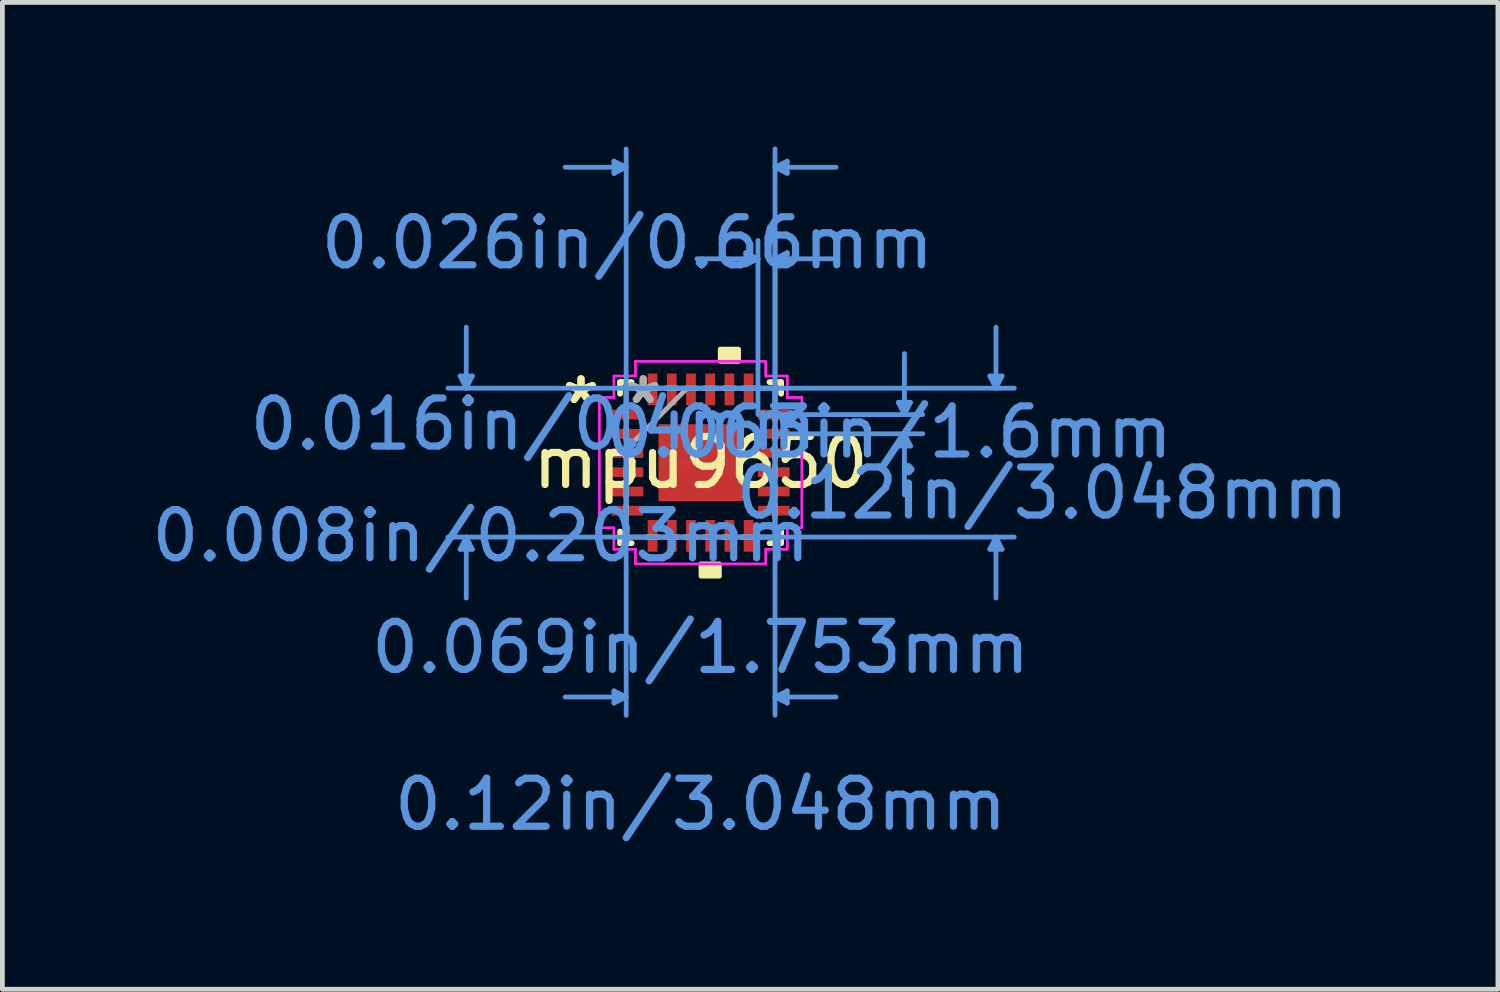
<source format=kicad_pcb>
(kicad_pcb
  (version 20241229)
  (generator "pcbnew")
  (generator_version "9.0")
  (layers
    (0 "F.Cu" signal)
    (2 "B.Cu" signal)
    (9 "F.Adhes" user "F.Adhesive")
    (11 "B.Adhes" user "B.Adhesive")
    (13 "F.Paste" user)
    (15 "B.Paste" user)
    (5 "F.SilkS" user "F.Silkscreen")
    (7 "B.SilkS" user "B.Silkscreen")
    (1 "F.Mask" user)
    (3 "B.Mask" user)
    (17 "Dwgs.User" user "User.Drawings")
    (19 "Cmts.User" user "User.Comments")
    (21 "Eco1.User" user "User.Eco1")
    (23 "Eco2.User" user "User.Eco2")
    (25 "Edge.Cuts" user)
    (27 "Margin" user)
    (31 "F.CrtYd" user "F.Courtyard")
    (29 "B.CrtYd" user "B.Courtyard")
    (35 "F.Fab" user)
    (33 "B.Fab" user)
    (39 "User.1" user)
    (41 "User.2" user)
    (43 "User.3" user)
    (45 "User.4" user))
  (footprint "mpu9650"
    (layer "F.Cu")
    (at 11.53 6.578)
    (property "Reference" "mpu9650" (at 0 0 0) (layer "F.SilkS") (effects (font (size 1 1) (thickness 0.15))))
    (attr through_hole)
    (fp_line (start -1.676 -1.676) (end -1.676 -1.434) (stroke (width 0.12) (type solid)) (layer "F.SilkS"))
    (fp_line (start -1.676 1.434) (end -1.676 1.676) (stroke (width 0.12) (type solid)) (layer "F.SilkS"))
    (fp_line (start -1.676 1.676) (end -1.434 1.676) (stroke (width 0.12) (type solid)) (layer "F.SilkS"))
    (fp_line (start -1.434 -1.676) (end -1.676 -1.676) (stroke (width 0.12) (type solid)) (layer "F.SilkS"))
    (fp_line (start 1.434 1.676) (end 1.676 1.676) (stroke (width 0.12) (type solid)) (layer "F.SilkS"))
    (fp_line (start 1.676 -1.676) (end 1.434 -1.676) (stroke (width 0.12) (type solid)) (layer "F.SilkS"))
    (fp_line (start 1.676 -1.434) (end 1.676 -1.676) (stroke (width 0.12) (type solid)) (layer "F.SilkS"))
    (fp_line (start 1.676 1.676) (end 1.676 1.434) (stroke (width 0.12) (type solid)) (layer "F.SilkS"))
    (fp_poly (pts (xy 0.009 2.108) (xy 0.009 2.362) (xy 0.391 2.362) (xy 0.391 2.108)) (stroke (width 0.1) (type solid)) (fill yes) (layer "F.SilkS"))
    (fp_poly (pts (xy 0.409 -2.108) (xy 0.409 -2.362) (xy 0.79 -2.362) (xy 0.79 -2.108)) (stroke (width 0.1) (type solid)) (fill yes) (layer "F.SilkS"))
    (fp_line (start -5.004 -1.803) (end -4.75 -1.803) (stroke (width 0.1) (type solid)) (layer "Cmts.User"))
    (fp_line (start -5.004 1.803) (end -4.75 1.803) (stroke (width 0.1) (type solid)) (layer "Cmts.User"))
    (fp_line (start -4.877 -1.549) (end -5.004 -1.803) (stroke (width 0.1) (type solid)) (layer "Cmts.User"))
    (fp_line (start -4.877 -1.549) (end -4.877 -2.819) (stroke (width 0.1) (type solid)) (layer "Cmts.User"))
    (fp_line (start -4.877 -1.549) (end -4.75 -1.803) (stroke (width 0.1) (type solid)) (layer "Cmts.User"))
    (fp_line (start -4.877 1.549) (end -5.004 1.803) (stroke (width 0.1) (type solid)) (layer "Cmts.User"))
    (fp_line (start -4.877 1.549) (end -4.877 2.819) (stroke (width 0.1) (type solid)) (layer "Cmts.User"))
    (fp_line (start -4.877 1.549) (end -4.75 1.803) (stroke (width 0.1) (type solid)) (layer "Cmts.User"))
    (fp_line (start -1.803 -6.274) (end -1.803 -6.02) (stroke (width 0.1) (type solid)) (layer "Cmts.User"))
    (fp_line (start -1.803 4.75) (end -1.803 5.004) (stroke (width 0.1) (type solid)) (layer "Cmts.User"))
    (fp_line (start -1.549 -6.147) (end -2.819 -6.147) (stroke (width 0.1) (type solid)) (layer "Cmts.User"))
    (fp_line (start -1.549 -6.147) (end -1.803 -6.274) (stroke (width 0.1) (type solid)) (layer "Cmts.User"))
    (fp_line (start -1.549 -6.147) (end -1.803 -6.02) (stroke (width 0.1) (type solid)) (layer "Cmts.User"))
    (fp_line (start -1.549 -1.549) (end -1.549 5.258) (stroke (width 0.1) (type solid)) (layer "Cmts.User"))
    (fp_line (start -1.549 -1) (end -1.549 -6.528) (stroke (width 0.1) (type solid)) (layer "Cmts.User"))
    (fp_line (start -1.549 4.877) (end -2.819 4.877) (stroke (width 0.1) (type solid)) (layer "Cmts.User"))
    (fp_line (start -1.549 4.877) (end -1.803 4.75) (stroke (width 0.1) (type solid)) (layer "Cmts.User"))
    (fp_line (start -1.549 4.877) (end -1.803 5.004) (stroke (width 0.1) (type solid)) (layer "Cmts.User"))
    (fp_line (start 0.94 -4.369) (end 0.94 -4.115) (stroke (width 0.1) (type solid)) (layer "Cmts.User"))
    (fp_line (start 1 -1.549) (end 6.528 -1.549) (stroke (width 0.1) (type solid)) (layer "Cmts.User"))
    (fp_line (start 1 1.549) (end 6.528 1.549) (stroke (width 0.1) (type solid)) (layer "Cmts.User"))
    (fp_line (start 1.194 -4.242) (end -0.076 -4.242) (stroke (width 0.1) (type solid)) (layer "Cmts.User"))
    (fp_line (start 1.194 -4.242) (end 0.94 -4.369) (stroke (width 0.1) (type solid)) (layer "Cmts.User"))
    (fp_line (start 1.194 -4.242) (end 0.94 -4.115) (stroke (width 0.1) (type solid)) (layer "Cmts.User"))
    (fp_line (start 1.194 -1) (end 1.194 -4.623) (stroke (width 0.1) (type solid)) (layer "Cmts.User"))
    (fp_line (start 1.524 -1) (end 4.623 -1) (stroke (width 0.1) (type solid)) (layer "Cmts.User"))
    (fp_line (start 1.524 -0.6) (end 4.623 -0.6) (stroke (width 0.1) (type solid)) (layer "Cmts.User"))
    (fp_line (start 1.549 -6.147) (end 1.803 -6.274) (stroke (width 0.1) (type solid)) (layer "Cmts.User"))
    (fp_line (start 1.549 -6.147) (end 1.803 -6.02) (stroke (width 0.1) (type solid)) (layer "Cmts.User"))
    (fp_line (start 1.549 -6.147) (end 2.819 -6.147) (stroke (width 0.1) (type solid)) (layer "Cmts.User"))
    (fp_line (start 1.549 -4.242) (end 1.803 -4.369) (stroke (width 0.1) (type solid)) (layer "Cmts.User"))
    (fp_line (start 1.549 -4.242) (end 1.803 -4.115) (stroke (width 0.1) (type solid)) (layer "Cmts.User"))
    (fp_line (start 1.549 -4.242) (end 2.819 -4.242) (stroke (width 0.1) (type solid)) (layer "Cmts.User"))
    (fp_line (start 1.549 -1.549) (end -5.258 -1.549) (stroke (width 0.1) (type solid)) (layer "Cmts.User"))
    (fp_line (start 1.549 -1.549) (end 1.549 5.258) (stroke (width 0.1) (type solid)) (layer "Cmts.User"))
    (fp_line (start 1.549 -1) (end 1.549 -6.528) (stroke (width 0.1) (type solid)) (layer "Cmts.User"))
    (fp_line (start 1.549 -1) (end 1.549 -4.623) (stroke (width 0.1) (type solid)) (layer "Cmts.User"))
    (fp_line (start 1.549 1.549) (end -5.258 1.549) (stroke (width 0.1) (type solid)) (layer "Cmts.User"))
    (fp_line (start 1.549 4.877) (end 1.803 4.75) (stroke (width 0.1) (type solid)) (layer "Cmts.User"))
    (fp_line (start 1.549 4.877) (end 1.803 5.004) (stroke (width 0.1) (type solid)) (layer "Cmts.User"))
    (fp_line (start 1.549 4.877) (end 2.819 4.877) (stroke (width 0.1) (type solid)) (layer "Cmts.User"))
    (fp_line (start 1.803 -6.274) (end 1.803 -6.02) (stroke (width 0.1) (type solid)) (layer "Cmts.User"))
    (fp_line (start 1.803 -4.369) (end 1.803 -4.115) (stroke (width 0.1) (type solid)) (layer "Cmts.User"))
    (fp_line (start 1.803 4.75) (end 1.803 5.004) (stroke (width 0.1) (type solid)) (layer "Cmts.User"))
    (fp_line (start 4.115 -1.254) (end 4.369 -1.254) (stroke (width 0.1) (type solid)) (layer "Cmts.User"))
    (fp_line (start 4.115 -0.346) (end 4.369 -0.346) (stroke (width 0.1) (type solid)) (layer "Cmts.User"))
    (fp_line (start 4.242 -1) (end 4.115 -1.254) (stroke (width 0.1) (type solid)) (layer "Cmts.User"))
    (fp_line (start 4.242 -1) (end 4.242 -2.27) (stroke (width 0.1) (type solid)) (layer "Cmts.User"))
    (fp_line (start 4.242 -1) (end 4.369 -1.254) (stroke (width 0.1) (type solid)) (layer "Cmts.User"))
    (fp_line (start 4.242 -0.6) (end 4.115 -0.346) (stroke (width 0.1) (type solid)) (layer "Cmts.User"))
    (fp_line (start 4.242 -0.6) (end 4.242 0.67) (stroke (width 0.1) (type solid)) (layer "Cmts.User"))
    (fp_line (start 4.242 -0.6) (end 4.369 -0.346) (stroke (width 0.1) (type solid)) (layer "Cmts.User"))
    (fp_line (start 6.02 -1.803) (end 6.274 -1.803) (stroke (width 0.1) (type solid)) (layer "Cmts.User"))
    (fp_line (start 6.02 1.803) (end 6.274 1.803) (stroke (width 0.1) (type solid)) (layer "Cmts.User"))
    (fp_line (start 6.147 -1.549) (end 6.02 -1.803) (stroke (width 0.1) (type solid)) (layer "Cmts.User"))
    (fp_line (start 6.147 -1.549) (end 6.147 -2.819) (stroke (width 0.1) (type solid)) (layer "Cmts.User"))
    (fp_line (start 6.147 -1.549) (end 6.274 -1.803) (stroke (width 0.1) (type solid)) (layer "Cmts.User"))
    (fp_line (start 6.147 1.549) (end 6.02 1.803) (stroke (width 0.1) (type solid)) (layer "Cmts.User"))
    (fp_line (start 6.147 1.549) (end 6.147 2.819) (stroke (width 0.1) (type solid)) (layer "Cmts.User"))
    (fp_line (start 6.147 1.549) (end 6.274 1.803) (stroke (width 0.1) (type solid)) (layer "Cmts.User"))
    (fp_line (start -2.108 -1.356) (end -1.803 -1.356) (stroke (width 0.05) (type solid)) (layer "F.CrtYd"))
    (fp_line (start -2.108 -1.356) (end -1.803 -1.356) (stroke (width 0.05) (type solid)) (layer "F.CrtYd"))
    (fp_line (start -2.108 1.356) (end -2.108 -1.356) (stroke (width 0.05) (type solid)) (layer "F.CrtYd"))
    (fp_line (start -2.108 1.356) (end -2.108 -1.356) (stroke (width 0.05) (type solid)) (layer "F.CrtYd"))
    (fp_line (start -1.803 -1.803) (end -1.356 -1.803) (stroke (width 0.05) (type solid)) (layer "F.CrtYd"))
    (fp_line (start -1.803 -1.803) (end -1.356 -1.803) (stroke (width 0.05) (type solid)) (layer "F.CrtYd"))
    (fp_line (start -1.803 -1.356) (end -1.803 -1.803) (stroke (width 0.05) (type solid)) (layer "F.CrtYd"))
    (fp_line (start -1.803 -1.356) (end -1.803 -1.803) (stroke (width 0.05) (type solid)) (layer "F.CrtYd"))
    (fp_line (start -1.803 1.356) (end -2.108 1.356) (stroke (width 0.05) (type solid)) (layer "F.CrtYd"))
    (fp_line (start -1.803 1.356) (end -2.108 1.356) (stroke (width 0.05) (type solid)) (layer "F.CrtYd"))
    (fp_line (start -1.803 1.803) (end -1.803 1.356) (stroke (width 0.05) (type solid)) (layer "F.CrtYd"))
    (fp_line (start -1.803 1.803) (end -1.803 1.356) (stroke (width 0.05) (type solid)) (layer "F.CrtYd"))
    (fp_line (start -1.356 -2.108) (end 1.356 -2.108) (stroke (width 0.05) (type solid)) (layer "F.CrtYd"))
    (fp_line (start -1.356 -2.108) (end 1.356 -2.108) (stroke (width 0.05) (type solid)) (layer "F.CrtYd"))
    (fp_line (start -1.356 -1.803) (end -1.356 -2.108) (stroke (width 0.05) (type solid)) (layer "F.CrtYd"))
    (fp_line (start -1.356 -1.803) (end -1.356 -2.108) (stroke (width 0.05) (type solid)) (layer "F.CrtYd"))
    (fp_line (start -1.356 1.803) (end -1.803 1.803) (stroke (width 0.05) (type solid)) (layer "F.CrtYd"))
    (fp_line (start -1.356 1.803) (end -1.803 1.803) (stroke (width 0.05) (type solid)) (layer "F.CrtYd"))
    (fp_line (start -1.356 2.108) (end -1.356 1.803) (stroke (width 0.05) (type solid)) (layer "F.CrtYd"))
    (fp_line (start -1.356 2.108) (end -1.356 1.803) (stroke (width 0.05) (type solid)) (layer "F.CrtYd"))
    (fp_line (start 1.356 -2.108) (end 1.356 -1.803) (stroke (width 0.05) (type solid)) (layer "F.CrtYd"))
    (fp_line (start 1.356 -2.108) (end 1.356 -1.803) (stroke (width 0.05) (type solid)) (layer "F.CrtYd"))
    (fp_line (start 1.356 -1.803) (end 1.803 -1.803) (stroke (width 0.05) (type solid)) (layer "F.CrtYd"))
    (fp_line (start 1.356 -1.803) (end 1.803 -1.803) (stroke (width 0.05) (type solid)) (layer "F.CrtYd"))
    (fp_line (start 1.356 1.803) (end 1.356 2.108) (stroke (width 0.05) (type solid)) (layer "F.CrtYd"))
    (fp_line (start 1.356 1.803) (end 1.356 2.108) (stroke (width 0.05) (type solid)) (layer "F.CrtYd"))
    (fp_line (start 1.356 2.108) (end -1.356 2.108) (stroke (width 0.05) (type solid)) (layer "F.CrtYd"))
    (fp_line (start 1.356 2.108) (end -1.356 2.108) (stroke (width 0.05) (type solid)) (layer "F.CrtYd"))
    (fp_line (start 1.803 -1.803) (end 1.803 -1.356) (stroke (width 0.05) (type solid)) (layer "F.CrtYd"))
    (fp_line (start 1.803 -1.803) (end 1.803 -1.356) (stroke (width 0.05) (type solid)) (layer "F.CrtYd"))
    (fp_line (start 1.803 -1.356) (end 2.108 -1.356) (stroke (width 0.05) (type solid)) (layer "F.CrtYd"))
    (fp_line (start 1.803 -1.356) (end 2.108 -1.356) (stroke (width 0.05) (type solid)) (layer "F.CrtYd"))
    (fp_line (start 1.803 1.356) (end 1.803 1.803) (stroke (width 0.05) (type solid)) (layer "F.CrtYd"))
    (fp_line (start 1.803 1.356) (end 1.803 1.803) (stroke (width 0.05) (type solid)) (layer "F.CrtYd"))
    (fp_line (start 1.803 1.803) (end 1.356 1.803) (stroke (width 0.05) (type solid)) (layer "F.CrtYd"))
    (fp_line (start 1.803 1.803) (end 1.356 1.803) (stroke (width 0.05) (type solid)) (layer "F.CrtYd"))
    (fp_line (start 2.108 -1.356) (end 2.108 1.356) (stroke (width 0.05) (type solid)) (layer "F.CrtYd"))
    (fp_line (start 2.108 -1.356) (end 2.108 1.356) (stroke (width 0.05) (type solid)) (layer "F.CrtYd"))
    (fp_line (start 2.108 1.356) (end 1.803 1.356) (stroke (width 0.05) (type solid)) (layer "F.CrtYd"))
    (fp_line (start 2.108 1.356) (end 1.803 1.356) (stroke (width 0.05) (type solid)) (layer "F.CrtYd"))
    (fp_line (start -1.549 -1.549) (end -1.549 -1.549) (stroke (width 0.1) (type solid)) (layer "F.Fab"))
    (fp_line (start -1.549 -1.549) (end -1.549 1.549) (stroke (width 0.1) (type solid)) (layer "F.Fab"))
    (fp_line (start -1.549 -1.127) (end -1.549 -1.127) (stroke (width 0.1) (type solid)) (layer "F.Fab"))
    (fp_line (start -1.549 -1.127) (end -1.549 -0.873) (stroke (width 0.1) (type solid)) (layer "F.Fab"))
    (fp_line (start -1.549 -0.873) (end -1.549 -1.127) (stroke (width 0.1) (type solid)) (layer "F.Fab"))
    (fp_line (start -1.549 -0.873) (end -1.549 -0.873) (stroke (width 0.1) (type solid)) (layer "F.Fab"))
    (fp_line (start -1.549 -0.727) (end -1.549 -0.727) (stroke (width 0.1) (type solid)) (layer "F.Fab"))
    (fp_line (start -1.549 -0.727) (end -1.549 -0.473) (stroke (width 0.1) (type solid)) (layer "F.Fab"))
    (fp_line (start -1.549 -0.473) (end -1.549 -0.727) (stroke (width 0.1) (type solid)) (layer "F.Fab"))
    (fp_line (start -1.549 -0.473) (end -1.549 -0.473) (stroke (width 0.1) (type solid)) (layer "F.Fab"))
    (fp_line (start -1.549 -0.327) (end -1.549 -0.327) (stroke (width 0.1) (type solid)) (layer "F.Fab"))
    (fp_line (start -1.549 -0.327) (end -1.549 -0.073) (stroke (width 0.1) (type solid)) (layer "F.Fab"))
    (fp_line (start -1.549 -0.279) (end -0.279 -1.549) (stroke (width 0.1) (type solid)) (layer "F.Fab"))
    (fp_line (start -1.549 -0.073) (end -1.549 -0.327) (stroke (width 0.1) (type solid)) (layer "F.Fab"))
    (fp_line (start -1.549 -0.073) (end -1.549 -0.073) (stroke (width 0.1) (type solid)) (layer "F.Fab"))
    (fp_line (start -1.549 0.073) (end -1.549 0.073) (stroke (width 0.1) (type solid)) (layer "F.Fab"))
    (fp_line (start -1.549 0.073) (end -1.549 0.327) (stroke (width 0.1) (type solid)) (layer "F.Fab"))
    (fp_line (start -1.549 0.327) (end -1.549 0.073) (stroke (width 0.1) (type solid)) (layer "F.Fab"))
    (fp_line (start -1.549 0.327) (end -1.549 0.327) (stroke (width 0.1) (type solid)) (layer "F.Fab"))
    (fp_line (start -1.549 0.473) (end -1.549 0.473) (stroke (width 0.1) (type solid)) (layer "F.Fab"))
    (fp_line (start -1.549 0.473) (end -1.549 0.727) (stroke (width 0.1) (type solid)) (layer "F.Fab"))
    (fp_line (start -1.549 0.727) (end -1.549 0.473) (stroke (width 0.1) (type solid)) (layer "F.Fab"))
    (fp_line (start -1.549 0.727) (end -1.549 0.727) (stroke (width 0.1) (type solid)) (layer "F.Fab"))
    (fp_line (start -1.549 0.873) (end -1.549 0.873) (stroke (width 0.1) (type solid)) (layer "F.Fab"))
    (fp_line (start -1.549 0.873) (end -1.549 1.127) (stroke (width 0.1) (type solid)) (layer "F.Fab"))
    (fp_line (start -1.549 1.127) (end -1.549 0.873) (stroke (width 0.1) (type solid)) (layer "F.Fab"))
    (fp_line (start -1.549 1.127) (end -1.549 1.127) (stroke (width 0.1) (type solid)) (layer "F.Fab"))
    (fp_line (start -1.549 1.549) (end -1.549 1.549) (stroke (width 0.1) (type solid)) (layer "F.Fab"))
    (fp_line (start -1.549 1.549) (end 1.549 1.549) (stroke (width 0.1) (type solid)) (layer "F.Fab"))
    (fp_line (start -1.127 -1.549) (end -1.127 -1.549) (stroke (width 0.1) (type solid)) (layer "F.Fab"))
    (fp_line (start -1.127 -1.549) (end -0.873 -1.549) (stroke (width 0.1) (type solid)) (layer "F.Fab"))
    (fp_line (start -1.127 1.549) (end -1.127 1.549) (stroke (width 0.1) (type solid)) (layer "F.Fab"))
    (fp_line (start -1.127 1.549) (end -0.873 1.549) (stroke (width 0.1) (type solid)) (layer "F.Fab"))
    (fp_line (start -0.873 -1.549) (end -1.127 -1.549) (stroke (width 0.1) (type solid)) (layer "F.Fab"))
    (fp_line (start -0.873 -1.549) (end -0.873 -1.549) (stroke (width 0.1) (type solid)) (layer "F.Fab"))
    (fp_line (start -0.873 1.549) (end -1.127 1.549) (stroke (width 0.1) (type solid)) (layer "F.Fab"))
    (fp_line (start -0.873 1.549) (end -0.873 1.549) (stroke (width 0.1) (type solid)) (layer "F.Fab"))
    (fp_line (start -0.727 -1.549) (end -0.727 -1.549) (stroke (width 0.1) (type solid)) (layer "F.Fab"))
    (fp_line (start -0.727 -1.549) (end -0.473 -1.549) (stroke (width 0.1) (type solid)) (layer "F.Fab"))
    (fp_line (start -0.727 1.549) (end -0.727 1.549) (stroke (width 0.1) (type solid)) (layer "F.Fab"))
    (fp_line (start -0.727 1.549) (end -0.473 1.549) (stroke (width 0.1) (type solid)) (layer "F.Fab"))
    (fp_line (start -0.473 -1.549) (end -0.727 -1.549) (stroke (width 0.1) (type solid)) (layer "F.Fab"))
    (fp_line (start -0.473 -1.549) (end -0.473 -1.549) (stroke (width 0.1) (type solid)) (layer "F.Fab"))
    (fp_line (start -0.473 1.549) (end -0.727 1.549) (stroke (width 0.1) (type solid)) (layer "F.Fab"))
    (fp_line (start -0.473 1.549) (end -0.473 1.549) (stroke (width 0.1) (type solid)) (layer "F.Fab"))
    (fp_line (start -0.327 -1.549) (end -0.327 -1.549) (stroke (width 0.1) (type solid)) (layer "F.Fab"))
    (fp_line (start -0.327 -1.549) (end -0.073 -1.549) (stroke (width 0.1) (type solid)) (layer "F.Fab"))
    (fp_line (start -0.327 1.549) (end -0.327 1.549) (stroke (width 0.1) (type solid)) (layer "F.Fab"))
    (fp_line (start -0.327 1.549) (end -0.073 1.549) (stroke (width 0.1) (type solid)) (layer "F.Fab"))
    (fp_line (start -0.073 -1.549) (end -0.327 -1.549) (stroke (width 0.1) (type solid)) (layer "F.Fab"))
    (fp_line (start -0.073 -1.549) (end -0.073 -1.549) (stroke (width 0.1) (type solid)) (layer "F.Fab"))
    (fp_line (start -0.073 1.549) (end -0.327 1.549) (stroke (width 0.1) (type solid)) (layer "F.Fab"))
    (fp_line (start -0.073 1.549) (end -0.073 1.549) (stroke (width 0.1) (type solid)) (layer "F.Fab"))
    (fp_line (start 0.073 -1.549) (end 0.073 -1.549) (stroke (width 0.1) (type solid)) (layer "F.Fab"))
    (fp_line (start 0.073 -1.549) (end 0.327 -1.549) (stroke (width 0.1) (type solid)) (layer "F.Fab"))
    (fp_line (start 0.073 1.549) (end 0.073 1.549) (stroke (width 0.1) (type solid)) (layer "F.Fab"))
    (fp_line (start 0.073 1.549) (end 0.327 1.549) (stroke (width 0.1) (type solid)) (layer "F.Fab"))
    (fp_line (start 0.327 -1.549) (end 0.073 -1.549) (stroke (width 0.1) (type solid)) (layer "F.Fab"))
    (fp_line (start 0.327 -1.549) (end 0.327 -1.549) (stroke (width 0.1) (type solid)) (layer "F.Fab"))
    (fp_line (start 0.327 1.549) (end 0.073 1.549) (stroke (width 0.1) (type solid)) (layer "F.Fab"))
    (fp_line (start 0.327 1.549) (end 0.327 1.549) (stroke (width 0.1) (type solid)) (layer "F.Fab"))
    (fp_line (start 0.473 -1.549) (end 0.473 -1.549) (stroke (width 0.1) (type solid)) (layer "F.Fab"))
    (fp_line (start 0.473 -1.549) (end 0.727 -1.549) (stroke (width 0.1) (type solid)) (layer "F.Fab"))
    (fp_line (start 0.473 1.549) (end 0.473 1.549) (stroke (width 0.1) (type solid)) (layer "F.Fab"))
    (fp_line (start 0.473 1.549) (end 0.727 1.549) (stroke (width 0.1) (type solid)) (layer "F.Fab"))
    (fp_line (start 0.727 -1.549) (end 0.473 -1.549) (stroke (width 0.1) (type solid)) (layer "F.Fab"))
    (fp_line (start 0.727 -1.549) (end 0.727 -1.549) (stroke (width 0.1) (type solid)) (layer "F.Fab"))
    (fp_line (start 0.727 1.549) (end 0.473 1.549) (stroke (width 0.1) (type solid)) (layer "F.Fab"))
    (fp_line (start 0.727 1.549) (end 0.727 1.549) (stroke (width 0.1) (type solid)) (layer "F.Fab"))
    (fp_line (start 0.873 -1.549) (end 0.873 -1.549) (stroke (width 0.1) (type solid)) (layer "F.Fab"))
    (fp_line (start 0.873 -1.549) (end 1.127 -1.549) (stroke (width 0.1) (type solid)) (layer "F.Fab"))
    (fp_line (start 0.873 1.549) (end 0.873 1.549) (stroke (width 0.1) (type solid)) (layer "F.Fab"))
    (fp_line (start 0.873 1.549) (end 1.127 1.549) (stroke (width 0.1) (type solid)) (layer "F.Fab"))
    (fp_line (start 1.127 -1.549) (end 0.873 -1.549) (stroke (width 0.1) (type solid)) (layer "F.Fab"))
    (fp_line (start 1.127 -1.549) (end 1.127 -1.549) (stroke (width 0.1) (type solid)) (layer "F.Fab"))
    (fp_line (start 1.127 1.549) (end 0.873 1.549) (stroke (width 0.1) (type solid)) (layer "F.Fab"))
    (fp_line (start 1.127 1.549) (end 1.127 1.549) (stroke (width 0.1) (type solid)) (layer "F.Fab"))
    (fp_line (start 1.549 -1.549) (end -1.549 -1.549) (stroke (width 0.1) (type solid)) (layer "F.Fab"))
    (fp_line (start 1.549 -1.549) (end 1.549 -1.549) (stroke (width 0.1) (type solid)) (layer "F.Fab"))
    (fp_line (start 1.549 -1.127) (end 1.549 -1.127) (stroke (width 0.1) (type solid)) (layer "F.Fab"))
    (fp_line (start 1.549 -1.127) (end 1.549 -0.873) (stroke (width 0.1) (type solid)) (layer "F.Fab"))
    (fp_line (start 1.549 -0.873) (end 1.549 -1.127) (stroke (width 0.1) (type solid)) (layer "F.Fab"))
    (fp_line (start 1.549 -0.873) (end 1.549 -0.873) (stroke (width 0.1) (type solid)) (layer "F.Fab"))
    (fp_line (start 1.549 -0.727) (end 1.549 -0.727) (stroke (width 0.1) (type solid)) (layer "F.Fab"))
    (fp_line (start 1.549 -0.727) (end 1.549 -0.473) (stroke (width 0.1) (type solid)) (layer "F.Fab"))
    (fp_line (start 1.549 -0.473) (end 1.549 -0.727) (stroke (width 0.1) (type solid)) (layer "F.Fab"))
    (fp_line (start 1.549 -0.473) (end 1.549 -0.473) (stroke (width 0.1) (type solid)) (layer "F.Fab"))
    (fp_line (start 1.549 -0.327) (end 1.549 -0.327) (stroke (width 0.1) (type solid)) (layer "F.Fab"))
    (fp_line (start 1.549 -0.327) (end 1.549 -0.073) (stroke (width 0.1) (type solid)) (layer "F.Fab"))
    (fp_line (start 1.549 -0.073) (end 1.549 -0.327) (stroke (width 0.1) (type solid)) (layer "F.Fab"))
    (fp_line (start 1.549 -0.073) (end 1.549 -0.073) (stroke (width 0.1) (type solid)) (layer "F.Fab"))
    (fp_line (start 1.549 0.073) (end 1.549 0.073) (stroke (width 0.1) (type solid)) (layer "F.Fab"))
    (fp_line (start 1.549 0.073) (end 1.549 0.327) (stroke (width 0.1) (type solid)) (layer "F.Fab"))
    (fp_line (start 1.549 0.327) (end 1.549 0.073) (stroke (width 0.1) (type solid)) (layer "F.Fab"))
    (fp_line (start 1.549 0.327) (end 1.549 0.327) (stroke (width 0.1) (type solid)) (layer "F.Fab"))
    (fp_line (start 1.549 0.473) (end 1.549 0.473) (stroke (width 0.1) (type solid)) (layer "F.Fab"))
    (fp_line (start 1.549 0.473) (end 1.549 0.727) (stroke (width 0.1) (type solid)) (layer "F.Fab"))
    (fp_line (start 1.549 0.727) (end 1.549 0.473) (stroke (width 0.1) (type solid)) (layer "F.Fab"))
    (fp_line (start 1.549 0.727) (end 1.549 0.727) (stroke (width 0.1) (type solid)) (layer "F.Fab"))
    (fp_line (start 1.549 0.873) (end 1.549 0.873) (stroke (width 0.1) (type solid)) (layer "F.Fab"))
    (fp_line (start 1.549 0.873) (end 1.549 1.127) (stroke (width 0.1) (type solid)) (layer "F.Fab"))
    (fp_line (start 1.549 1.127) (end 1.549 0.873) (stroke (width 0.1) (type solid)) (layer "F.Fab"))
    (fp_line (start 1.549 1.127) (end 1.549 1.127) (stroke (width 0.1) (type solid)) (layer "F.Fab"))
    (fp_line (start 1.549 1.549) (end 1.549 -1.549) (stroke (width 0.1) (type solid)) (layer "F.Fab"))
    (fp_line (start 1.549 1.549) (end 1.549 1.549) (stroke (width 0.1) (type solid)) (layer "F.Fab"))
    (fp_text user "*" (at -2.489 -1.2 0) (layer "F.SilkS") (effects (font (size 1 1) (thickness 0.15))))
    (fp_text user "*" (at -2.489 -1.2 0) (layer "F.SilkS") (effects (font (size 1 1) (thickness 0.15))))
    (fp_text user "0.063in/1.6mm" (at 3.924 -0.635 0) (layer "Cmts.User") (effects (font (size 1 1) (thickness 0.15))))
    (fp_text user "0.12in/3.048mm" (at 0 7.112 0) (layer "Cmts.User") (effects (font (size 1 1) (thickness 0.15))))
    (fp_text user "0.016in/0.4mm" (at -3.48 -0.8 0) (layer "Cmts.User") (effects (font (size 1 1) (thickness 0.15))))
    (fp_text user "0.12in/3.048mm" (at 7.112 0.635 0) (layer "Cmts.User") (effects (font (size 1 1) (thickness 0.15))))
    (fp_text user "Copyright 2021 Accelerated Designs. All rights reserved." (at 0 0 0) (layer "Cmts.User") (effects (font (size 0.127 0.127) (thickness 0.002))))
    (fp_text user "0.008in/0.203mm" (at -4.572 1.524 0) (layer "Cmts.User") (effects (font (size 1 1) (thickness 0.15))))
    (fp_text user "0.069in/1.753mm" (at 0 3.848 0) (layer "Cmts.User") (effects (font (size 1 1) (thickness 0.15))))
    (fp_text user "0.026in/0.66mm" (at -1.524 -4.572 0) (layer "Cmts.User") (effects (font (size 1 1) (thickness 0.15))))
    (fp_text user "*" (at -1.194 -1.2 0) (layer "F.Fab") (effects (font (size 1 1) (thickness 0.15))))
    (fp_text user "*" (at -1.194 -1.2 0) (layer "F.Fab") (effects (font (size 1 1) (thickness 0.15))))
    (pad "1" smd rect (at -1.524 -1 90) (size 0.203 0.66) (layers "F.Cu" "F.Mask" "F.Paste"))
    (pad "2" smd rect (at -1.524 -0.6 90) (size 0.203 0.66) (layers "F.Cu" "F.Mask" "F.Paste"))
    (pad "3" smd rect (at -1.524 -0.2 90) (size 0.203 0.66) (layers "F.Cu" "F.Mask" "F.Paste"))
    (pad "4" smd rect (at -1.524 0.2 90) (size 0.203 0.66) (layers "F.Cu" "F.Mask" "F.Paste"))
    (pad "5" smd rect (at -1.524 0.6 90) (size 0.203 0.66) (layers "F.Cu" "F.Mask" "F.Paste"))
    (pad "6" smd rect (at -1.524 1 90) (size 0.203 0.66) (layers "F.Cu" "F.Mask" "F.Paste"))
    (pad "7" smd rect (at -1 1.524) (size 0.203 0.66) (layers "F.Cu" "F.Mask" "F.Paste"))
    (pad "8" smd rect (at -0.6 1.524) (size 0.203 0.66) (layers "F.Cu" "F.Mask" "F.Paste"))
    (pad "9" smd rect (at -0.2 1.524) (size 0.203 0.66) (layers "F.Cu" "F.Mask" "F.Paste"))
    (pad "10" smd rect (at 0.2 1.524) (size 0.203 0.66) (layers "F.Cu" "F.Mask" "F.Paste"))
    (pad "11" smd rect (at 0.6 1.524) (size 0.203 0.66) (layers "F.Cu" "F.Mask" "F.Paste"))
    (pad "12" smd rect (at 1 1.524) (size 0.203 0.66) (layers "F.Cu" "F.Mask" "F.Paste"))
    (pad "13" smd rect (at 1.524 1 90) (size 0.203 0.66) (layers "F.Cu" "F.Mask" "F.Paste"))
    (pad "14" smd rect (at 1.524 0.6 90) (size 0.203 0.66) (layers "F.Cu" "F.Mask" "F.Paste"))
    (pad "15" smd rect (at 1.524 0.2 90) (size 0.203 0.66) (layers "F.Cu" "F.Mask" "F.Paste"))
    (pad "16" smd rect (at 1.524 -0.2 90) (size 0.203 0.66) (layers "F.Cu" "F.Mask" "F.Paste"))
    (pad "17" smd rect (at 1.524 -0.6 90) (size 0.203 0.66) (layers "F.Cu" "F.Mask" "F.Paste"))
    (pad "18" smd rect (at 1.524 -1 90) (size 0.203 0.66) (layers "F.Cu" "F.Mask" "F.Paste"))
    (pad "19" smd rect (at 1 -1.524) (size 0.203 0.66) (layers "F.Cu" "F.Mask" "F.Paste"))
    (pad "20" smd rect (at 0.6 -1.524) (size 0.203 0.66) (layers "F.Cu" "F.Mask" "F.Paste"))
    (pad "21" smd rect (at 0.2 -1.524) (size 0.203 0.66) (layers "F.Cu" "F.Mask" "F.Paste"))
    (pad "22" smd rect (at -0.2 -1.524) (size 0.203 0.66) (layers "F.Cu" "F.Mask" "F.Paste"))
    (pad "23" smd rect (at -0.6 -1.524) (size 0.203 0.66) (layers "F.Cu" "F.Mask" "F.Paste"))
    (pad "24" smd rect (at -1 -1.524) (size 0.203 0.66) (layers "F.Cu" "F.Mask" "F.Paste"))
    (pad "25" smd rect (at 0 0) (size 1.753 1.6) (layers "F.Cu" "F.Mask" "F.Paste")))
  (gr_rect
    (start -3 -3)
    (end 28.124 17.538)
    (stroke (width 0.1) (type default))
    (fill no)
    (layer "Edge.Cuts")))
</source>
